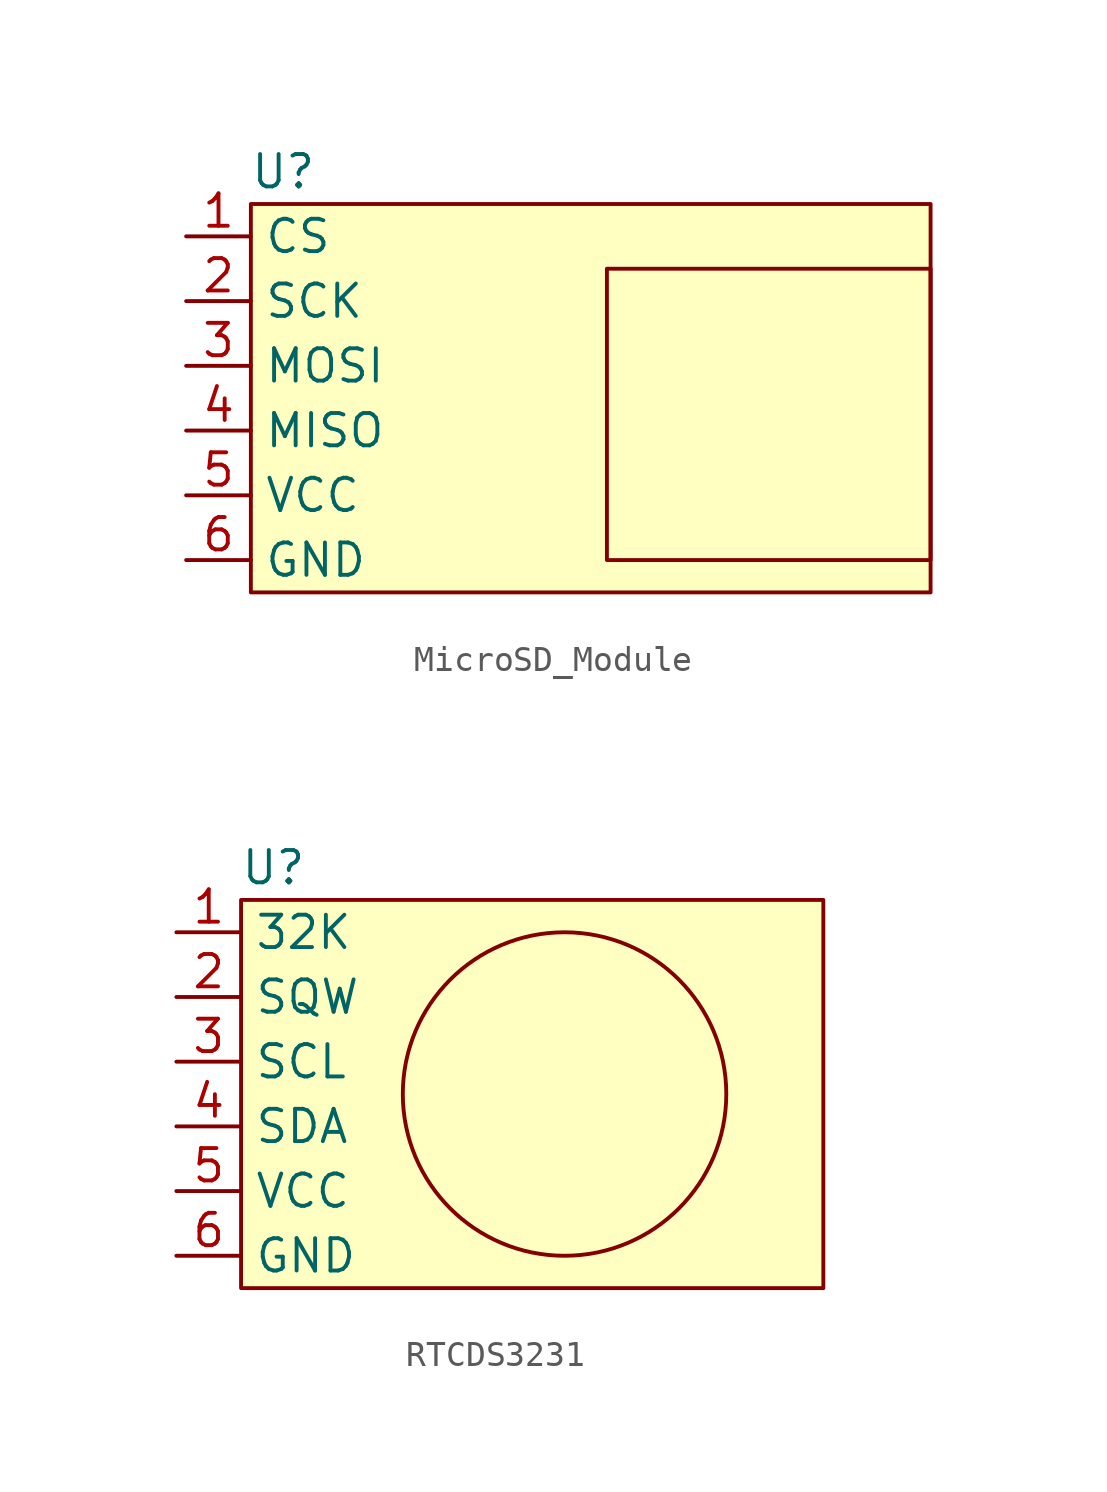
<source format=kicad_sym>
(kicad_symbol_lib
  (version 20220914)
  (generator kicad_symbol_editor)
  (symbol "MicroSD_Module"
    (property "Reference" "U"
      (at 3.81 2.54 0)
      (effects (font (size 1.27 1.27))))
    (property "Value" ""
      (at 0 0 0)
      (effects (font (size 1.27 1.27))))
    (symbol "MicroSD_Module_0_0"
      (pin bidirectional line (at 0 0 0) (length 2.54) (name "CS" (effects (font (size 1.27 1.27)))) (number "1" (effects (font (size 1.27 1.27)))))
      (pin bidirectional line (at 0 -2.54 0) (length 2.54) (name "SCK" (effects (font (size 1.27 1.27)))) (number "2" (effects (font (size 1.27 1.27)))))
      (pin bidirectional line (at 0 -5.08 0) (length 2.54) (name "MOSI" (effects (font (size 1.27 1.27)))) (number "3" (effects (font (size 1.27 1.27)))))
      (pin bidirectional line (at 0 -7.62 0) (length 2.54) (name "MISO" (effects (font (size 1.27 1.27)))) (number "4" (effects (font (size 1.27 1.27)))))
      (pin power_in line (at 0 -10.16 0) (length 2.54) (name "VCC" (effects (font (size 1.27 1.27)))) (number "5" (effects (font (size 1.27 1.27)))))
      (pin power_in line (at 0 -12.7 0) (length 2.54) (name "GND" (effects (font (size 1.27 1.27)))) (number "6" (effects (font (size 1.27 1.27))))))
    (symbol "MicroSD_Module_0_1"
      (rectangle (start 16.51 -1.27) (end 29.21 -12.7) (stroke (width 0) (type default)) (fill (type none))))
    (symbol "MicroSD_Module_1_1"
      (rectangle (start 2.54 1.27) (end 29.21 -13.97) (stroke (width 0) (type default)) (fill (type background)))))
  (symbol "RTCDS3231"
    (property "Reference" "U"
      (at 3.81 2.54 0)
      (effects (font (size 1.27 1.27))))
    (property "Value" ""
      (at 0 0 0)
      (effects (font (size 1.27 1.27))))
    (symbol "RTCDS3231_0_0"
      (pin output line (at 0 0 0) (length 2.54) (name "32K" (effects (font (size 1.27 1.27)))) (number "1" (effects (font (size 1.27 1.27)))))
      (pin output line (at 0 -2.54 0) (length 2.54) (name "SQW" (effects (font (size 1.27 1.27)))) (number "2" (effects (font (size 1.27 1.27)))))
      (pin bidirectional line (at 0 -5.08 0) (length 2.54) (name "SCL" (effects (font (size 1.27 1.27)))) (number "3" (effects (font (size 1.27 1.27)))))
      (pin bidirectional line (at 0 -7.62 0) (length 2.54) (name "SDA" (effects (font (size 1.27 1.27)))) (number "4" (effects (font (size 1.27 1.27)))))
      (pin power_in line (at 0 -10.16 0) (length 2.54) (name "VCC" (effects (font (size 1.27 1.27)))) (number "5" (effects (font (size 1.27 1.27)))))
      (pin power_in line (at 0 -12.7 0) (length 2.54) (name "GND" (effects (font (size 1.27 1.27)))) (number "6" (effects (font (size 1.27 1.27))))))
    (symbol "RTCDS3231_0_1"
      (circle (center 15.24 -6.35) (radius 6.35) (stroke (width 0) (type default)) (fill (type none))))
    (symbol "RTCDS3231_1_1"
      (rectangle (start 2.54 1.27) (end 25.4 -13.97) (stroke (width 0) (type default)) (fill (type background))))))
</source>
